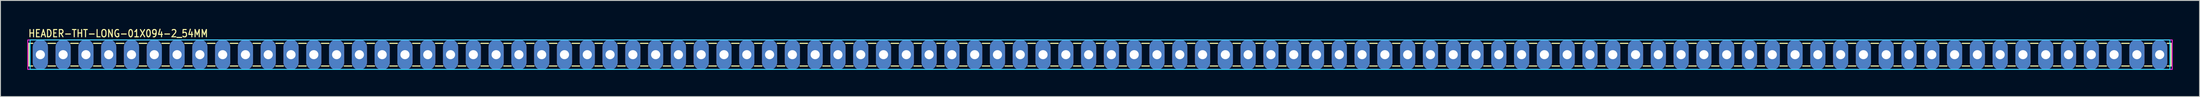
<source format=kicad_pcb>
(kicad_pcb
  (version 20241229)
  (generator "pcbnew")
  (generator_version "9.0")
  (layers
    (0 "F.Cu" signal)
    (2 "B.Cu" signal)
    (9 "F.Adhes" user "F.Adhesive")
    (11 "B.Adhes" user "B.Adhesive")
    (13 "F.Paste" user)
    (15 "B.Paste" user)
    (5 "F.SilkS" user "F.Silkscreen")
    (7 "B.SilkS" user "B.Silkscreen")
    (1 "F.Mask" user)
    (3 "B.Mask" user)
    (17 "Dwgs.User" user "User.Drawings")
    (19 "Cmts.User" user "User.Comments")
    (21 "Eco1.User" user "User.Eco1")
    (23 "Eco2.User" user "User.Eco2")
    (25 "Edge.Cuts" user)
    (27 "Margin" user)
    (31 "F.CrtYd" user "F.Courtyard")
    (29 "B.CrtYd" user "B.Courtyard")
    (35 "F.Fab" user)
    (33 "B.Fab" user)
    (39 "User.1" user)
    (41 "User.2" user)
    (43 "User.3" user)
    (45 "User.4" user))
  (footprint "HEADER-THT-LONG-01X094-2_54MM"
    (layer "F.Cu")
    (at 1.447 3.079)
    (property "Reference" "HEADER-THT-LONG-01X094-2_54MM" (at -1.4 -1.9 0) (unlocked yes) (layer "F.SilkS") (effects (font (size 0.813 0.695) (thickness 0.122)) (justify left bottom)))
    (fp_line (start -1.27 -1.27) (end -1.27 1.27) (stroke (width 0.127) (type solid)) (layer "F.SilkS"))
    (fp_line (start -1.27 1.27) (end -0.85 1.27) (stroke (width 0.127) (type solid)) (layer "F.SilkS"))
    (fp_line (start -0.85 -1.27) (end -1.27 -1.27) (stroke (width 0.127) (type solid)) (layer "F.SilkS"))
    (fp_line (start 0.85 -1.27) (end 1.69 -1.27) (stroke (width 0.127) (type solid)) (layer "F.SilkS"))
    (fp_line (start 0.85 1.27) (end 1.69 1.27) (stroke (width 0.127) (type solid)) (layer "F.SilkS"))
    (fp_line (start 3.39 -1.27) (end 4.23 -1.27) (stroke (width 0.127) (type solid)) (layer "F.SilkS"))
    (fp_line (start 3.39 1.27) (end 4.23 1.27) (stroke (width 0.127) (type solid)) (layer "F.SilkS"))
    (fp_line (start 5.93 -1.27) (end 6.77 -1.27) (stroke (width 0.127) (type solid)) (layer "F.SilkS"))
    (fp_line (start 5.93 1.27) (end 6.77 1.27) (stroke (width 0.127) (type solid)) (layer "F.SilkS"))
    (fp_line (start 8.47 -1.27) (end 9.31 -1.27) (stroke (width 0.127) (type solid)) (layer "F.SilkS"))
    (fp_line (start 8.47 1.27) (end 9.31 1.27) (stroke (width 0.127) (type solid)) (layer "F.SilkS"))
    (fp_line (start 11.01 -1.27) (end 11.85 -1.27) (stroke (width 0.127) (type solid)) (layer "F.SilkS"))
    (fp_line (start 11.01 1.27) (end 11.85 1.27) (stroke (width 0.127) (type solid)) (layer "F.SilkS"))
    (fp_line (start 13.55 -1.27) (end 14.39 -1.27) (stroke (width 0.127) (type solid)) (layer "F.SilkS"))
    (fp_line (start 13.55 1.27) (end 14.39 1.27) (stroke (width 0.127) (type solid)) (layer "F.SilkS"))
    (fp_line (start 16.09 -1.27) (end 16.93 -1.27) (stroke (width 0.127) (type solid)) (layer "F.SilkS"))
    (fp_line (start 16.09 1.27) (end 16.93 1.27) (stroke (width 0.127) (type solid)) (layer "F.SilkS"))
    (fp_line (start 18.63 -1.27) (end 19.47 -1.27) (stroke (width 0.127) (type solid)) (layer "F.SilkS"))
    (fp_line (start 18.63 1.27) (end 19.47 1.27) (stroke (width 0.127) (type solid)) (layer "F.SilkS"))
    (fp_line (start 21.17 -1.27) (end 22.01 -1.27) (stroke (width 0.127) (type solid)) (layer "F.SilkS"))
    (fp_line (start 21.17 1.27) (end 22.01 1.27) (stroke (width 0.127) (type solid)) (layer "F.SilkS"))
    (fp_line (start 23.71 -1.27) (end 24.55 -1.27) (stroke (width 0.127) (type solid)) (layer "F.SilkS"))
    (fp_line (start 23.71 1.27) (end 24.55 1.27) (stroke (width 0.127) (type solid)) (layer "F.SilkS"))
    (fp_line (start 26.25 -1.27) (end 27.09 -1.27) (stroke (width 0.127) (type solid)) (layer "F.SilkS"))
    (fp_line (start 26.25 1.27) (end 27.09 1.27) (stroke (width 0.127) (type solid)) (layer "F.SilkS"))
    (fp_line (start 28.79 -1.27) (end 29.63 -1.27) (stroke (width 0.127) (type solid)) (layer "F.SilkS"))
    (fp_line (start 28.79 1.27) (end 29.63 1.27) (stroke (width 0.127) (type solid)) (layer "F.SilkS"))
    (fp_line (start 31.33 -1.27) (end 32.17 -1.27) (stroke (width 0.127) (type solid)) (layer "F.SilkS"))
    (fp_line (start 31.33 1.27) (end 32.17 1.27) (stroke (width 0.127) (type solid)) (layer "F.SilkS"))
    (fp_line (start 33.87 -1.27) (end 34.71 -1.27) (stroke (width 0.127) (type solid)) (layer "F.SilkS"))
    (fp_line (start 33.87 1.27) (end 34.71 1.27) (stroke (width 0.127) (type solid)) (layer "F.SilkS"))
    (fp_line (start 36.41 -1.27) (end 37.25 -1.27) (stroke (width 0.127) (type solid)) (layer "F.SilkS"))
    (fp_line (start 36.41 1.27) (end 37.25 1.27) (stroke (width 0.127) (type solid)) (layer "F.SilkS"))
    (fp_line (start 38.95 -1.27) (end 39.79 -1.27) (stroke (width 0.127) (type solid)) (layer "F.SilkS"))
    (fp_line (start 38.95 1.27) (end 39.79 1.27) (stroke (width 0.127) (type solid)) (layer "F.SilkS"))
    (fp_line (start 41.49 -1.27) (end 42.33 -1.27) (stroke (width 0.127) (type solid)) (layer "F.SilkS"))
    (fp_line (start 41.49 1.27) (end 42.33 1.27) (stroke (width 0.127) (type solid)) (layer "F.SilkS"))
    (fp_line (start 44.03 -1.27) (end 44.87 -1.27) (stroke (width 0.127) (type solid)) (layer "F.SilkS"))
    (fp_line (start 44.03 1.27) (end 44.87 1.27) (stroke (width 0.127) (type solid)) (layer "F.SilkS"))
    (fp_line (start 46.57 -1.27) (end 47.41 -1.27) (stroke (width 0.127) (type solid)) (layer "F.SilkS"))
    (fp_line (start 46.57 1.27) (end 47.41 1.27) (stroke (width 0.127) (type solid)) (layer "F.SilkS"))
    (fp_line (start 49.11 -1.27) (end 49.95 -1.27) (stroke (width 0.127) (type solid)) (layer "F.SilkS"))
    (fp_line (start 49.11 1.27) (end 49.95 1.27) (stroke (width 0.127) (type solid)) (layer "F.SilkS"))
    (fp_line (start 51.65 -1.27) (end 52.49 -1.27) (stroke (width 0.127) (type solid)) (layer "F.SilkS"))
    (fp_line (start 51.65 1.27) (end 52.49 1.27) (stroke (width 0.127) (type solid)) (layer "F.SilkS"))
    (fp_line (start 54.19 -1.27) (end 55.03 -1.27) (stroke (width 0.127) (type solid)) (layer "F.SilkS"))
    (fp_line (start 54.19 1.27) (end 55.03 1.27) (stroke (width 0.127) (type solid)) (layer "F.SilkS"))
    (fp_line (start 56.73 -1.27) (end 57.57 -1.27) (stroke (width 0.127) (type solid)) (layer "F.SilkS"))
    (fp_line (start 56.73 1.27) (end 57.57 1.27) (stroke (width 0.127) (type solid)) (layer "F.SilkS"))
    (fp_line (start 59.27 -1.27) (end 60.11 -1.27) (stroke (width 0.127) (type solid)) (layer "F.SilkS"))
    (fp_line (start 59.27 1.27) (end 60.11 1.27) (stroke (width 0.127) (type solid)) (layer "F.SilkS"))
    (fp_line (start 61.81 -1.27) (end 62.65 -1.27) (stroke (width 0.127) (type solid)) (layer "F.SilkS"))
    (fp_line (start 61.81 1.27) (end 62.65 1.27) (stroke (width 0.127) (type solid)) (layer "F.SilkS"))
    (fp_line (start 64.35 -1.27) (end 65.19 -1.27) (stroke (width 0.127) (type solid)) (layer "F.SilkS"))
    (fp_line (start 64.35 1.27) (end 65.19 1.27) (stroke (width 0.127) (type solid)) (layer "F.SilkS"))
    (fp_line (start 66.89 -1.27) (end 67.73 -1.27) (stroke (width 0.127) (type solid)) (layer "F.SilkS"))
    (fp_line (start 66.89 1.27) (end 67.73 1.27) (stroke (width 0.127) (type solid)) (layer "F.SilkS"))
    (fp_line (start 69.43 -1.27) (end 70.27 -1.27) (stroke (width 0.127) (type solid)) (layer "F.SilkS"))
    (fp_line (start 69.43 1.27) (end 70.27 1.27) (stroke (width 0.127) (type solid)) (layer "F.SilkS"))
    (fp_line (start 71.97 -1.27) (end 72.81 -1.27) (stroke (width 0.127) (type solid)) (layer "F.SilkS"))
    (fp_line (start 71.97 1.27) (end 72.81 1.27) (stroke (width 0.127) (type solid)) (layer "F.SilkS"))
    (fp_line (start 74.51 -1.27) (end 75.35 -1.27) (stroke (width 0.127) (type solid)) (layer "F.SilkS"))
    (fp_line (start 74.51 1.27) (end 75.35 1.27) (stroke (width 0.127) (type solid)) (layer "F.SilkS"))
    (fp_line (start 77.05 -1.27) (end 77.89 -1.27) (stroke (width 0.127) (type solid)) (layer "F.SilkS"))
    (fp_line (start 77.05 1.27) (end 77.89 1.27) (stroke (width 0.127) (type solid)) (layer "F.SilkS"))
    (fp_line (start 79.59 -1.27) (end 80.43 -1.27) (stroke (width 0.127) (type solid)) (layer "F.SilkS"))
    (fp_line (start 79.59 1.27) (end 80.43 1.27) (stroke (width 0.127) (type solid)) (layer "F.SilkS"))
    (fp_line (start 82.13 -1.27) (end 82.97 -1.27) (stroke (width 0.127) (type solid)) (layer "F.SilkS"))
    (fp_line (start 82.13 1.27) (end 82.97 1.27) (stroke (width 0.127) (type solid)) (layer "F.SilkS"))
    (fp_line (start 84.67 -1.27) (end 85.51 -1.27) (stroke (width 0.127) (type solid)) (layer "F.SilkS"))
    (fp_line (start 84.67 1.27) (end 85.51 1.27) (stroke (width 0.127) (type solid)) (layer "F.SilkS"))
    (fp_line (start 87.21 -1.27) (end 88.05 -1.27) (stroke (width 0.127) (type solid)) (layer "F.SilkS"))
    (fp_line (start 87.21 1.27) (end 88.05 1.27) (stroke (width 0.127) (type solid)) (layer "F.SilkS"))
    (fp_line (start 89.75 -1.27) (end 90.59 -1.27) (stroke (width 0.127) (type solid)) (layer "F.SilkS"))
    (fp_line (start 89.75 1.27) (end 90.59 1.27) (stroke (width 0.127) (type solid)) (layer "F.SilkS"))
    (fp_line (start 92.29 -1.27) (end 93.13 -1.27) (stroke (width 0.127) (type solid)) (layer "F.SilkS"))
    (fp_line (start 92.29 1.27) (end 93.13 1.27) (stroke (width 0.127) (type solid)) (layer "F.SilkS"))
    (fp_line (start 94.83 -1.27) (end 95.67 -1.27) (stroke (width 0.127) (type solid)) (layer "F.SilkS"))
    (fp_line (start 94.83 1.27) (end 95.67 1.27) (stroke (width 0.127) (type solid)) (layer "F.SilkS"))
    (fp_line (start 97.37 -1.27) (end 98.21 -1.27) (stroke (width 0.127) (type solid)) (layer "F.SilkS"))
    (fp_line (start 97.37 1.27) (end 98.21 1.27) (stroke (width 0.127) (type solid)) (layer "F.SilkS"))
    (fp_line (start 99.91 -1.27) (end 100.75 -1.27) (stroke (width 0.127) (type solid)) (layer "F.SilkS"))
    (fp_line (start 99.91 1.27) (end 100.75 1.27) (stroke (width 0.127) (type solid)) (layer "F.SilkS"))
    (fp_line (start 102.45 -1.27) (end 103.29 -1.27) (stroke (width 0.127) (type solid)) (layer "F.SilkS"))
    (fp_line (start 102.45 1.27) (end 103.29 1.27) (stroke (width 0.127) (type solid)) (layer "F.SilkS"))
    (fp_line (start 104.99 -1.27) (end 105.83 -1.27) (stroke (width 0.127) (type solid)) (layer "F.SilkS"))
    (fp_line (start 104.99 1.27) (end 105.83 1.27) (stroke (width 0.127) (type solid)) (layer "F.SilkS"))
    (fp_line (start 107.53 -1.27) (end 108.37 -1.27) (stroke (width 0.127) (type solid)) (layer "F.SilkS"))
    (fp_line (start 107.53 1.27) (end 108.37 1.27) (stroke (width 0.127) (type solid)) (layer "F.SilkS"))
    (fp_line (start 110.07 -1.27) (end 110.91 -1.27) (stroke (width 0.127) (type solid)) (layer "F.SilkS"))
    (fp_line (start 110.07 1.27) (end 110.91 1.27) (stroke (width 0.127) (type solid)) (layer "F.SilkS"))
    (fp_line (start 112.61 -1.27) (end 113.45 -1.27) (stroke (width 0.127) (type solid)) (layer "F.SilkS"))
    (fp_line (start 112.61 1.27) (end 113.45 1.27) (stroke (width 0.127) (type solid)) (layer "F.SilkS"))
    (fp_line (start 115.15 -1.27) (end 115.99 -1.27) (stroke (width 0.127) (type solid)) (layer "F.SilkS"))
    (fp_line (start 115.15 1.27) (end 115.99 1.27) (stroke (width 0.127) (type solid)) (layer "F.SilkS"))
    (fp_line (start 117.69 -1.27) (end 118.53 -1.27) (stroke (width 0.127) (type solid)) (layer "F.SilkS"))
    (fp_line (start 117.69 1.27) (end 118.53 1.27) (stroke (width 0.127) (type solid)) (layer "F.SilkS"))
    (fp_line (start 120.23 -1.27) (end 121.07 -1.27) (stroke (width 0.127) (type solid)) (layer "F.SilkS"))
    (fp_line (start 120.23 1.27) (end 121.07 1.27) (stroke (width 0.127) (type solid)) (layer "F.SilkS"))
    (fp_line (start 122.77 -1.27) (end 123.61 -1.27) (stroke (width 0.127) (type solid)) (layer "F.SilkS"))
    (fp_line (start 122.77 1.27) (end 123.61 1.27) (stroke (width 0.127) (type solid)) (layer "F.SilkS"))
    (fp_line (start 125.31 -1.27) (end 126.15 -1.27) (stroke (width 0.127) (type solid)) (layer "F.SilkS"))
    (fp_line (start 125.31 1.27) (end 126.15 1.27) (stroke (width 0.127) (type solid)) (layer "F.SilkS"))
    (fp_line (start 127.85 -1.27) (end 128.69 -1.27) (stroke (width 0.127) (type solid)) (layer "F.SilkS"))
    (fp_line (start 127.85 1.27) (end 128.69 1.27) (stroke (width 0.127) (type solid)) (layer "F.SilkS"))
    (fp_line (start 130.39 -1.27) (end 131.23 -1.27) (stroke (width 0.127) (type solid)) (layer "F.SilkS"))
    (fp_line (start 130.39 1.27) (end 131.23 1.27) (stroke (width 0.127) (type solid)) (layer "F.SilkS"))
    (fp_line (start 132.93 -1.27) (end 133.77 -1.27) (stroke (width 0.127) (type solid)) (layer "F.SilkS"))
    (fp_line (start 132.93 1.27) (end 133.77 1.27) (stroke (width 0.127) (type solid)) (layer "F.SilkS"))
    (fp_line (start 135.47 -1.27) (end 136.31 -1.27) (stroke (width 0.127) (type solid)) (layer "F.SilkS"))
    (fp_line (start 135.47 1.27) (end 136.31 1.27) (stroke (width 0.127) (type solid)) (layer "F.SilkS"))
    (fp_line (start 138.01 -1.27) (end 138.85 -1.27) (stroke (width 0.127) (type solid)) (layer "F.SilkS"))
    (fp_line (start 138.01 1.27) (end 138.85 1.27) (stroke (width 0.127) (type solid)) (layer "F.SilkS"))
    (fp_line (start 140.55 -1.27) (end 141.39 -1.27) (stroke (width 0.127) (type solid)) (layer "F.SilkS"))
    (fp_line (start 140.55 1.27) (end 141.39 1.27) (stroke (width 0.127) (type solid)) (layer "F.SilkS"))
    (fp_line (start 143.09 -1.27) (end 143.93 -1.27) (stroke (width 0.127) (type solid)) (layer "F.SilkS"))
    (fp_line (start 143.09 1.27) (end 143.93 1.27) (stroke (width 0.127) (type solid)) (layer "F.SilkS"))
    (fp_line (start 145.63 -1.27) (end 146.47 -1.27) (stroke (width 0.127) (type solid)) (layer "F.SilkS"))
    (fp_line (start 145.63 1.27) (end 146.47 1.27) (stroke (width 0.127) (type solid)) (layer "F.SilkS"))
    (fp_line (start 148.17 -1.27) (end 149.01 -1.27) (stroke (width 0.127) (type solid)) (layer "F.SilkS"))
    (fp_line (start 148.17 1.27) (end 149.01 1.27) (stroke (width 0.127) (type solid)) (layer "F.SilkS"))
    (fp_line (start 150.71 -1.27) (end 151.55 -1.27) (stroke (width 0.127) (type solid)) (layer "F.SilkS"))
    (fp_line (start 150.71 1.27) (end 151.55 1.27) (stroke (width 0.127) (type solid)) (layer "F.SilkS"))
    (fp_line (start 153.25 -1.27) (end 154.09 -1.27) (stroke (width 0.127) (type solid)) (layer "F.SilkS"))
    (fp_line (start 153.25 1.27) (end 154.09 1.27) (stroke (width 0.127) (type solid)) (layer "F.SilkS"))
    (fp_line (start 155.79 -1.27) (end 156.63 -1.27) (stroke (width 0.127) (type solid)) (layer "F.SilkS"))
    (fp_line (start 155.79 1.27) (end 156.63 1.27) (stroke (width 0.127) (type solid)) (layer "F.SilkS"))
    (fp_line (start 158.33 -1.27) (end 159.17 -1.27) (stroke (width 0.127) (type solid)) (layer "F.SilkS"))
    (fp_line (start 158.33 1.27) (end 159.17 1.27) (stroke (width 0.127) (type solid)) (layer "F.SilkS"))
    (fp_line (start 160.87 -1.27) (end 161.71 -1.27) (stroke (width 0.127) (type solid)) (layer "F.SilkS"))
    (fp_line (start 160.87 1.27) (end 161.71 1.27) (stroke (width 0.127) (type solid)) (layer "F.SilkS"))
    (fp_line (start 163.41 -1.27) (end 164.25 -1.27) (stroke (width 0.127) (type solid)) (layer "F.SilkS"))
    (fp_line (start 163.41 1.27) (end 164.25 1.27) (stroke (width 0.127) (type solid)) (layer "F.SilkS"))
    (fp_line (start 165.95 -1.27) (end 166.79 -1.27) (stroke (width 0.127) (type solid)) (layer "F.SilkS"))
    (fp_line (start 165.95 1.27) (end 166.79 1.27) (stroke (width 0.127) (type solid)) (layer "F.SilkS"))
    (fp_line (start 168.49 -1.27) (end 169.33 -1.27) (stroke (width 0.127) (type solid)) (layer "F.SilkS"))
    (fp_line (start 168.49 1.27) (end 169.33 1.27) (stroke (width 0.127) (type solid)) (layer "F.SilkS"))
    (fp_line (start 171.03 -1.27) (end 171.87 -1.27) (stroke (width 0.127) (type solid)) (layer "F.SilkS"))
    (fp_line (start 171.03 1.27) (end 171.87 1.27) (stroke (width 0.127) (type solid)) (layer "F.SilkS"))
    (fp_line (start 173.57 -1.27) (end 174.41 -1.27) (stroke (width 0.127) (type solid)) (layer "F.SilkS"))
    (fp_line (start 173.57 1.27) (end 174.41 1.27) (stroke (width 0.127) (type solid)) (layer "F.SilkS"))
    (fp_line (start 176.11 -1.27) (end 176.95 -1.27) (stroke (width 0.127) (type solid)) (layer "F.SilkS"))
    (fp_line (start 176.11 1.27) (end 176.95 1.27) (stroke (width 0.127) (type solid)) (layer "F.SilkS"))
    (fp_line (start 178.65 -1.27) (end 179.49 -1.27) (stroke (width 0.127) (type solid)) (layer "F.SilkS"))
    (fp_line (start 178.65 1.27) (end 179.49 1.27) (stroke (width 0.127) (type solid)) (layer "F.SilkS"))
    (fp_line (start 181.19 -1.27) (end 182.03 -1.27) (stroke (width 0.127) (type solid)) (layer "F.SilkS"))
    (fp_line (start 181.19 1.27) (end 182.03 1.27) (stroke (width 0.127) (type solid)) (layer "F.SilkS"))
    (fp_line (start 183.73 -1.27) (end 184.57 -1.27) (stroke (width 0.127) (type solid)) (layer "F.SilkS"))
    (fp_line (start 183.73 1.27) (end 184.57 1.27) (stroke (width 0.127) (type solid)) (layer "F.SilkS"))
    (fp_line (start 186.27 -1.27) (end 187.11 -1.27) (stroke (width 0.127) (type solid)) (layer "F.SilkS"))
    (fp_line (start 186.27 1.27) (end 187.11 1.27) (stroke (width 0.127) (type solid)) (layer "F.SilkS"))
    (fp_line (start 188.81 -1.27) (end 189.65 -1.27) (stroke (width 0.127) (type solid)) (layer "F.SilkS"))
    (fp_line (start 188.81 1.27) (end 189.65 1.27) (stroke (width 0.127) (type solid)) (layer "F.SilkS"))
    (fp_line (start 191.35 -1.27) (end 192.19 -1.27) (stroke (width 0.127) (type solid)) (layer "F.SilkS"))
    (fp_line (start 191.35 1.27) (end 192.19 1.27) (stroke (width 0.127) (type solid)) (layer "F.SilkS"))
    (fp_line (start 193.89 -1.27) (end 194.73 -1.27) (stroke (width 0.127) (type solid)) (layer "F.SilkS"))
    (fp_line (start 193.89 1.27) (end 194.73 1.27) (stroke (width 0.127) (type solid)) (layer "F.SilkS"))
    (fp_line (start 196.43 -1.27) (end 197.27 -1.27) (stroke (width 0.127) (type solid)) (layer "F.SilkS"))
    (fp_line (start 196.43 1.27) (end 197.27 1.27) (stroke (width 0.127) (type solid)) (layer "F.SilkS"))
    (fp_line (start 198.97 -1.27) (end 199.81 -1.27) (stroke (width 0.127) (type solid)) (layer "F.SilkS"))
    (fp_line (start 198.97 1.27) (end 199.81 1.27) (stroke (width 0.127) (type solid)) (layer "F.SilkS"))
    (fp_line (start 201.51 -1.27) (end 202.35 -1.27) (stroke (width 0.127) (type solid)) (layer "F.SilkS"))
    (fp_line (start 201.51 1.27) (end 202.35 1.27) (stroke (width 0.127) (type solid)) (layer "F.SilkS"))
    (fp_line (start 204.05 -1.27) (end 204.89 -1.27) (stroke (width 0.127) (type solid)) (layer "F.SilkS"))
    (fp_line (start 204.05 1.27) (end 204.89 1.27) (stroke (width 0.127) (type solid)) (layer "F.SilkS"))
    (fp_line (start 206.59 -1.27) (end 207.43 -1.27) (stroke (width 0.127) (type solid)) (layer "F.SilkS"))
    (fp_line (start 206.59 1.27) (end 207.43 1.27) (stroke (width 0.127) (type solid)) (layer "F.SilkS"))
    (fp_line (start 209.13 -1.27) (end 209.97 -1.27) (stroke (width 0.127) (type solid)) (layer "F.SilkS"))
    (fp_line (start 209.13 1.27) (end 209.97 1.27) (stroke (width 0.127) (type solid)) (layer "F.SilkS"))
    (fp_line (start 211.67 -1.27) (end 212.51 -1.27) (stroke (width 0.127) (type solid)) (layer "F.SilkS"))
    (fp_line (start 211.67 1.27) (end 212.51 1.27) (stroke (width 0.127) (type solid)) (layer "F.SilkS"))
    (fp_line (start 214.21 -1.27) (end 215.05 -1.27) (stroke (width 0.127) (type solid)) (layer "F.SilkS"))
    (fp_line (start 214.21 1.27) (end 215.05 1.27) (stroke (width 0.127) (type solid)) (layer "F.SilkS"))
    (fp_line (start 216.75 -1.27) (end 217.59 -1.27) (stroke (width 0.127) (type solid)) (layer "F.SilkS"))
    (fp_line (start 216.75 1.27) (end 217.59 1.27) (stroke (width 0.127) (type solid)) (layer "F.SilkS"))
    (fp_line (start 219.29 -1.27) (end 220.13 -1.27) (stroke (width 0.127) (type solid)) (layer "F.SilkS"))
    (fp_line (start 219.29 1.27) (end 220.13 1.27) (stroke (width 0.127) (type solid)) (layer "F.SilkS"))
    (fp_line (start 221.83 -1.27) (end 222.67 -1.27) (stroke (width 0.127) (type solid)) (layer "F.SilkS"))
    (fp_line (start 221.83 1.27) (end 222.67 1.27) (stroke (width 0.127) (type solid)) (layer "F.SilkS"))
    (fp_line (start 224.37 -1.27) (end 225.21 -1.27) (stroke (width 0.127) (type solid)) (layer "F.SilkS"))
    (fp_line (start 224.37 1.27) (end 225.21 1.27) (stroke (width 0.127) (type solid)) (layer "F.SilkS"))
    (fp_line (start 226.91 -1.27) (end 227.75 -1.27) (stroke (width 0.127) (type solid)) (layer "F.SilkS"))
    (fp_line (start 226.91 1.27) (end 227.75 1.27) (stroke (width 0.127) (type solid)) (layer "F.SilkS"))
    (fp_line (start 229.45 -1.27) (end 230.29 -1.27) (stroke (width 0.127) (type solid)) (layer "F.SilkS"))
    (fp_line (start 229.45 1.27) (end 230.29 1.27) (stroke (width 0.127) (type solid)) (layer "F.SilkS"))
    (fp_line (start 231.99 -1.27) (end 232.83 -1.27) (stroke (width 0.127) (type solid)) (layer "F.SilkS"))
    (fp_line (start 231.99 1.27) (end 232.83 1.27) (stroke (width 0.127) (type solid)) (layer "F.SilkS"))
    (fp_line (start 234.53 -1.27) (end 235.37 -1.27) (stroke (width 0.127) (type solid)) (layer "F.SilkS"))
    (fp_line (start 234.53 1.27) (end 235.37 1.27) (stroke (width 0.127) (type solid)) (layer "F.SilkS"))
    (fp_line (start 237.07 -1.27) (end 237.49 -1.27) (stroke (width 0.127) (type solid)) (layer "F.SilkS"))
    (fp_line (start 237.49 -1.27) (end 237.49 1.27) (stroke (width 0.127) (type solid)) (layer "F.SilkS"))
    (fp_line (start 237.49 1.27) (end 237.07 1.27) (stroke (width 0.127) (type solid)) (layer "F.SilkS"))
    (fp_poly (pts (xy -1.143 -1.651) (xy 237.363 -1.651) (xy 237.363 1.651) (xy -1.143 1.651)) (stroke (width 0.1) (type solid)) (fill no) (layer "B.CrtYd"))
    (fp_poly (pts (xy -1.397 -1.651) (xy 237.617 -1.651) (xy 237.617 1.651) (xy -1.397 1.651)) (stroke (width 0.1) (type solid)) (fill no) (layer "F.CrtYd"))
    (pad "1" thru_hole oval (at 0 0 90) (size 3.387 1.693) (drill 1.016) (layers "*.Cu" "*.Mask"))
    (pad "2" thru_hole oval (at 2.54 0 90) (size 3.387 1.693) (drill 1.016) (layers "*.Cu" "*.Mask"))
    (pad "3" thru_hole oval (at 5.08 0 90) (size 3.387 1.693) (drill 1.016) (layers "*.Cu" "*.Mask"))
    (pad "4" thru_hole oval (at 7.62 0 90) (size 3.387 1.693) (drill 1.016) (layers "*.Cu" "*.Mask"))
    (pad "5" thru_hole oval (at 10.16 0 90) (size 3.387 1.693) (drill 1.016) (layers "*.Cu" "*.Mask"))
    (pad "6" thru_hole oval (at 12.7 0 90) (size 3.387 1.693) (drill 1.016) (layers "*.Cu" "*.Mask"))
    (pad "7" thru_hole oval (at 15.24 0 90) (size 3.387 1.693) (drill 1.016) (layers "*.Cu" "*.Mask"))
    (pad "8" thru_hole oval (at 17.78 0 90) (size 3.387 1.693) (drill 1.016) (layers "*.Cu" "*.Mask"))
    (pad "9" thru_hole oval (at 20.32 0 90) (size 3.387 1.693) (drill 1.016) (layers "*.Cu" "*.Mask"))
    (pad "10" thru_hole oval (at 22.86 0 90) (size 3.387 1.693) (drill 1.016) (layers "*.Cu" "*.Mask"))
    (pad "11" thru_hole oval (at 25.4 0 90) (size 3.387 1.693) (drill 1.016) (layers "*.Cu" "*.Mask"))
    (pad "12" thru_hole oval (at 27.94 0 90) (size 3.387 1.693) (drill 1.016) (layers "*.Cu" "*.Mask"))
    (pad "13" thru_hole oval (at 30.48 0 90) (size 3.387 1.693) (drill 1.016) (layers "*.Cu" "*.Mask"))
    (pad "14" thru_hole oval (at 33.02 0 90) (size 3.387 1.693) (drill 1.016) (layers "*.Cu" "*.Mask"))
    (pad "15" thru_hole oval (at 35.56 0 90) (size 3.387 1.693) (drill 1.016) (layers "*.Cu" "*.Mask"))
    (pad "16" thru_hole oval (at 38.1 0 90) (size 3.387 1.693) (drill 1.016) (layers "*.Cu" "*.Mask"))
    (pad "17" thru_hole oval (at 40.64 0 90) (size 3.387 1.693) (drill 1.016) (layers "*.Cu" "*.Mask"))
    (pad "18" thru_hole oval (at 43.18 0 90) (size 3.387 1.693) (drill 1.016) (layers "*.Cu" "*.Mask"))
    (pad "19" thru_hole oval (at 45.72 0 90) (size 3.387 1.693) (drill 1.016) (layers "*.Cu" "*.Mask"))
    (pad "20" thru_hole oval (at 48.26 0 90) (size 3.387 1.693) (drill 1.016) (layers "*.Cu" "*.Mask"))
    (pad "21" thru_hole oval (at 50.8 0 90) (size 3.387 1.693) (drill 1.016) (layers "*.Cu" "*.Mask"))
    (pad "22" thru_hole oval (at 53.34 0 90) (size 3.387 1.693) (drill 1.016) (layers "*.Cu" "*.Mask"))
    (pad "23" thru_hole oval (at 55.88 0 90) (size 3.387 1.693) (drill 1.016) (layers "*.Cu" "*.Mask"))
    (pad "24" thru_hole oval (at 58.42 0 90) (size 3.387 1.693) (drill 1.016) (layers "*.Cu" "*.Mask"))
    (pad "25" thru_hole oval (at 60.96 0 90) (size 3.387 1.693) (drill 1.016) (layers "*.Cu" "*.Mask"))
    (pad "26" thru_hole oval (at 63.5 0 90) (size 3.387 1.693) (drill 1.016) (layers "*.Cu" "*.Mask"))
    (pad "27" thru_hole oval (at 66.04 0 90) (size 3.387 1.693) (drill 1.016) (layers "*.Cu" "*.Mask"))
    (pad "28" thru_hole oval (at 68.58 0 90) (size 3.387 1.693) (drill 1.016) (layers "*.Cu" "*.Mask"))
    (pad "29" thru_hole oval (at 71.12 0 90) (size 3.387 1.693) (drill 1.016) (layers "*.Cu" "*.Mask"))
    (pad "30" thru_hole oval (at 73.66 0 90) (size 3.387 1.693) (drill 1.016) (layers "*.Cu" "*.Mask"))
    (pad "31" thru_hole oval (at 76.2 0 90) (size 3.387 1.693) (drill 1.016) (layers "*.Cu" "*.Mask"))
    (pad "32" thru_hole oval (at 78.74 0 90) (size 3.387 1.693) (drill 1.016) (layers "*.Cu" "*.Mask"))
    (pad "33" thru_hole oval (at 81.28 0 90) (size 3.387 1.693) (drill 1.016) (layers "*.Cu" "*.Mask"))
    (pad "34" thru_hole oval (at 83.82 0 90) (size 3.387 1.693) (drill 1.016) (layers "*.Cu" "*.Mask"))
    (pad "35" thru_hole oval (at 86.36 0 90) (size 3.387 1.693) (drill 1.016) (layers "*.Cu" "*.Mask"))
    (pad "36" thru_hole oval (at 88.9 0 90) (size 3.387 1.693) (drill 1.016) (layers "*.Cu" "*.Mask"))
    (pad "37" thru_hole oval (at 91.44 0 90) (size 3.387 1.693) (drill 1.016) (layers "*.Cu" "*.Mask"))
    (pad "38" thru_hole oval (at 93.98 0 90) (size 3.387 1.693) (drill 1.016) (layers "*.Cu" "*.Mask"))
    (pad "39" thru_hole oval (at 96.52 0 90) (size 3.387 1.693) (drill 1.016) (layers "*.Cu" "*.Mask"))
    (pad "40" thru_hole oval (at 99.06 0 90) (size 3.387 1.693) (drill 1.016) (layers "*.Cu" "*.Mask"))
    (pad "41" thru_hole oval (at 101.6 0 90) (size 3.387 1.693) (drill 1.016) (layers "*.Cu" "*.Mask"))
    (pad "42" thru_hole oval (at 104.14 0 90) (size 3.387 1.693) (drill 1.016) (layers "*.Cu" "*.Mask"))
    (pad "43" thru_hole oval (at 106.68 0 90) (size 3.387 1.693) (drill 1.016) (layers "*.Cu" "*.Mask"))
    (pad "44" thru_hole oval (at 109.22 0 90) (size 3.387 1.693) (drill 1.016) (layers "*.Cu" "*.Mask"))
    (pad "45" thru_hole oval (at 111.76 0 90) (size 3.387 1.693) (drill 1.016) (layers "*.Cu" "*.Mask"))
    (pad "46" thru_hole oval (at 114.3 0 90) (size 3.387 1.693) (drill 1.016) (layers "*.Cu" "*.Mask"))
    (pad "47" thru_hole oval (at 116.84 0 90) (size 3.387 1.693) (drill 1.016) (layers "*.Cu" "*.Mask"))
    (pad "48" thru_hole oval (at 119.38 0 90) (size 3.387 1.693) (drill 1.016) (layers "*.Cu" "*.Mask"))
    (pad "49" thru_hole oval (at 121.92 0 90) (size 3.387 1.693) (drill 1.016) (layers "*.Cu" "*.Mask"))
    (pad "50" thru_hole oval (at 124.46 0 90) (size 3.387 1.693) (drill 1.016) (layers "*.Cu" "*.Mask"))
    (pad "51" thru_hole oval (at 127 0 90) (size 3.387 1.693) (drill 1.016) (layers "*.Cu" "*.Mask"))
    (pad "52" thru_hole oval (at 129.54 0 90) (size 3.387 1.693) (drill 1.016) (layers "*.Cu" "*.Mask"))
    (pad "53" thru_hole oval (at 132.08 0 90) (size 3.387 1.693) (drill 1.016) (layers "*.Cu" "*.Mask"))
    (pad "54" thru_hole oval (at 134.62 0 90) (size 3.387 1.693) (drill 1.016) (layers "*.Cu" "*.Mask"))
    (pad "55" thru_hole oval (at 137.16 0 90) (size 3.387 1.693) (drill 1.016) (layers "*.Cu" "*.Mask"))
    (pad "56" thru_hole oval (at 139.7 0 90) (size 3.387 1.693) (drill 1.016) (layers "*.Cu" "*.Mask"))
    (pad "57" thru_hole oval (at 142.24 0 90) (size 3.387 1.693) (drill 1.016) (layers "*.Cu" "*.Mask"))
    (pad "58" thru_hole oval (at 144.78 0 90) (size 3.387 1.693) (drill 1.016) (layers "*.Cu" "*.Mask"))
    (pad "59" thru_hole oval (at 147.32 0 90) (size 3.387 1.693) (drill 1.016) (layers "*.Cu" "*.Mask"))
    (pad "60" thru_hole oval (at 149.86 0 90) (size 3.387 1.693) (drill 1.016) (layers "*.Cu" "*.Mask"))
    (pad "61" thru_hole oval (at 152.4 0 90) (size 3.387 1.693) (drill 1.016) (layers "*.Cu" "*.Mask"))
    (pad "62" thru_hole oval (at 154.94 0 90) (size 3.387 1.693) (drill 1.016) (layers "*.Cu" "*.Mask"))
    (pad "63" thru_hole oval (at 157.48 0 90) (size 3.387 1.693) (drill 1.016) (layers "*.Cu" "*.Mask"))
    (pad "64" thru_hole oval (at 160.02 0 90) (size 3.387 1.693) (drill 1.016) (layers "*.Cu" "*.Mask"))
    (pad "65" thru_hole oval (at 162.56 0 90) (size 3.387 1.693) (drill 1.016) (layers "*.Cu" "*.Mask"))
    (pad "66" thru_hole oval (at 165.1 0 90) (size 3.387 1.693) (drill 1.016) (layers "*.Cu" "*.Mask"))
    (pad "67" thru_hole oval (at 167.64 0 90) (size 3.387 1.693) (drill 1.016) (layers "*.Cu" "*.Mask"))
    (pad "68" thru_hole oval (at 170.18 0 90) (size 3.387 1.693) (drill 1.016) (layers "*.Cu" "*.Mask"))
    (pad "69" thru_hole oval (at 172.72 0 90) (size 3.387 1.693) (drill 1.016) (layers "*.Cu" "*.Mask"))
    (pad "70" thru_hole oval (at 175.26 0 90) (size 3.387 1.693) (drill 1.016) (layers "*.Cu" "*.Mask"))
    (pad "71" thru_hole oval (at 177.8 0 90) (size 3.387 1.693) (drill 1.016) (layers "*.Cu" "*.Mask"))
    (pad "72" thru_hole oval (at 180.34 0 90) (size 3.387 1.693) (drill 1.016) (layers "*.Cu" "*.Mask"))
    (pad "73" thru_hole oval (at 182.88 0 90) (size 3.387 1.693) (drill 1.016) (layers "*.Cu" "*.Mask"))
    (pad "74" thru_hole oval (at 185.42 0 90) (size 3.387 1.693) (drill 1.016) (layers "*.Cu" "*.Mask"))
    (pad "75" thru_hole oval (at 187.96 0 90) (size 3.387 1.693) (drill 1.016) (layers "*.Cu" "*.Mask"))
    (pad "76" thru_hole oval (at 190.5 0 90) (size 3.387 1.693) (drill 1.016) (layers "*.Cu" "*.Mask"))
    (pad "77" thru_hole oval (at 193.04 0 90) (size 3.387 1.693) (drill 1.016) (layers "*.Cu" "*.Mask"))
    (pad "78" thru_hole oval (at 195.58 0 90) (size 3.387 1.693) (drill 1.016) (layers "*.Cu" "*.Mask"))
    (pad "79" thru_hole oval (at 198.12 0 90) (size 3.387 1.693) (drill 1.016) (layers "*.Cu" "*.Mask"))
    (pad "80" thru_hole oval (at 200.66 0 90) (size 3.387 1.693) (drill 1.016) (layers "*.Cu" "*.Mask"))
    (pad "81" thru_hole oval (at 203.2 0 90) (size 3.387 1.693) (drill 1.016) (layers "*.Cu" "*.Mask"))
    (pad "82" thru_hole oval (at 205.74 0 90) (size 3.387 1.693) (drill 1.016) (layers "*.Cu" "*.Mask"))
    (pad "83" thru_hole oval (at 208.28 0 90) (size 3.387 1.693) (drill 1.016) (layers "*.Cu" "*.Mask"))
    (pad "84" thru_hole oval (at 210.82 0 90) (size 3.387 1.693) (drill 1.016) (layers "*.Cu" "*.Mask"))
    (pad "85" thru_hole oval (at 213.36 0 90) (size 3.387 1.693) (drill 1.016) (layers "*.Cu" "*.Mask"))
    (pad "86" thru_hole oval (at 215.9 0 90) (size 3.387 1.693) (drill 1.016) (layers "*.Cu" "*.Mask"))
    (pad "87" thru_hole oval (at 218.44 0 90) (size 3.387 1.693) (drill 1.016) (layers "*.Cu" "*.Mask"))
    (pad "88" thru_hole oval (at 220.98 0 90) (size 3.387 1.693) (drill 1.016) (layers "*.Cu" "*.Mask"))
    (pad "89" thru_hole oval (at 223.52 0 90) (size 3.387 1.693) (drill 1.016) (layers "*.Cu" "*.Mask"))
    (pad "90" thru_hole oval (at 226.06 0 90) (size 3.387 1.693) (drill 1.016) (layers "*.Cu" "*.Mask"))
    (pad "91" thru_hole oval (at 228.6 0 90) (size 3.387 1.693) (drill 1.016) (layers "*.Cu" "*.Mask"))
    (pad "92" thru_hole oval (at 231.14 0 90) (size 3.387 1.693) (drill 1.016) (layers "*.Cu" "*.Mask"))
    (pad "93" thru_hole oval (at 233.68 0 90) (size 3.387 1.693) (drill 1.016) (layers "*.Cu" "*.Mask"))
    (pad "94" thru_hole oval (at 236.22 0 90) (size 3.387 1.693) (drill 1.016) (layers "*.Cu" "*.Mask")))
  (gr_rect
    (start -3 -3)
    (end 242.114 7.78)
    (stroke (width 0.1) (type default))
    (fill no)
    (layer "Edge.Cuts")))
</source>
